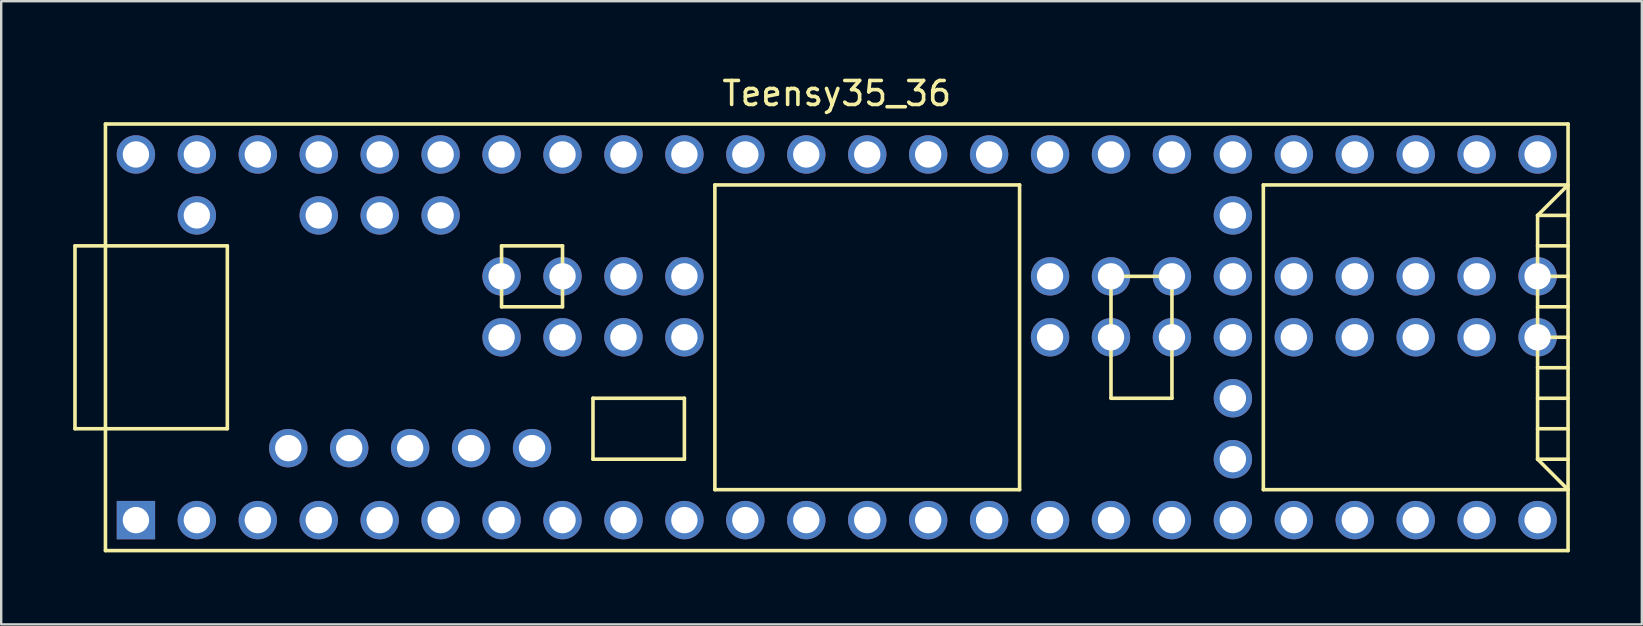
<source format=kicad_pcb>
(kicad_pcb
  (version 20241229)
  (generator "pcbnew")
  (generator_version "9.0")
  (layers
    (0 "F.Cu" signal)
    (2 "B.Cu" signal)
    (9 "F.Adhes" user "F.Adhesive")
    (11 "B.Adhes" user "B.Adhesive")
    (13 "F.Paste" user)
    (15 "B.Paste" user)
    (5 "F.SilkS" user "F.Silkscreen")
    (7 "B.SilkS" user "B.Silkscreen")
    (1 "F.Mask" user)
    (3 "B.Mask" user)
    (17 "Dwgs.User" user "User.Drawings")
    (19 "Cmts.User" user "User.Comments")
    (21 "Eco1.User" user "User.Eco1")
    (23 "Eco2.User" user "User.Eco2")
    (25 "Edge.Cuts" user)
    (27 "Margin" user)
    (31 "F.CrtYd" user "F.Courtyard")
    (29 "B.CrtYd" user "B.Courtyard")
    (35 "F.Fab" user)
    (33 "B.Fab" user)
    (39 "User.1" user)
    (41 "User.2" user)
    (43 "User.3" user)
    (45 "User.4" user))
  (footprint "Teensy35_36"
    (layer "F.Cu")
    (at 31.825 11.008)
    (property "Reference" "Teensy35_36" (at 0 -10.16 0) (layer "F.SilkS") (effects (font (size 1 1) (thickness 0.15))))
    (attr through_hole)
    (fp_line (start -31.75 -3.81) (end -30.48 -3.81) (stroke (width 0.15) (type solid)) (layer "F.SilkS"))
    (fp_line (start -31.75 3.81) (end -31.75 -3.81) (stroke (width 0.15) (type solid)) (layer "F.SilkS"))
    (fp_line (start -30.48 3.81) (end -31.75 3.81) (stroke (width 0.15) (type solid)) (layer "F.SilkS"))
    (fp_line (start -30.48 8.89) (end -30.48 -8.89) (stroke (width 0.15) (type solid)) (layer "F.SilkS"))
    (fp_line (start -30.48 8.89) (end 30.48 8.89) (stroke (width 0.15) (type solid)) (layer "F.SilkS"))
    (fp_line (start -25.4 -3.81) (end -30.48 -3.81) (stroke (width 0.15) (type solid)) (layer "F.SilkS"))
    (fp_line (start -25.4 3.81) (end -30.48 3.81) (stroke (width 0.15) (type solid)) (layer "F.SilkS"))
    (fp_line (start -25.4 3.81) (end -25.4 -3.81) (stroke (width 0.15) (type solid)) (layer "F.SilkS"))
    (fp_line (start -13.97 -3.81) (end -13.97 -1.27) (stroke (width 0.15) (type solid)) (layer "F.SilkS"))
    (fp_line (start -13.97 -1.27) (end -11.43 -1.27) (stroke (width 0.15) (type solid)) (layer "F.SilkS"))
    (fp_line (start -11.43 -3.81) (end -13.97 -3.81) (stroke (width 0.15) (type solid)) (layer "F.SilkS"))
    (fp_line (start -11.43 -1.27) (end -11.43 -3.81) (stroke (width 0.15) (type solid)) (layer "F.SilkS"))
    (fp_line (start -10.16 2.54) (end -6.35 2.54) (stroke (width 0.15) (type solid)) (layer "F.SilkS"))
    (fp_line (start -10.16 5.08) (end -10.16 2.54) (stroke (width 0.15) (type solid)) (layer "F.SilkS"))
    (fp_line (start -6.35 2.54) (end -6.35 5.08) (stroke (width 0.15) (type solid)) (layer "F.SilkS"))
    (fp_line (start -6.35 5.08) (end -10.16 5.08) (stroke (width 0.15) (type solid)) (layer "F.SilkS"))
    (fp_line (start -5.08 -6.35) (end -5.08 6.35) (stroke (width 0.15) (type solid)) (layer "F.SilkS"))
    (fp_line (start -5.08 -6.35) (end 7.62 -6.35) (stroke (width 0.15) (type solid)) (layer "F.SilkS"))
    (fp_line (start -5.08 6.35) (end 7.62 6.35) (stroke (width 0.15) (type solid)) (layer "F.SilkS"))
    (fp_line (start 7.62 6.35) (end 7.62 -6.35) (stroke (width 0.15) (type solid)) (layer "F.SilkS"))
    (fp_line (start 11.43 -2.54) (end 13.97 -2.54) (stroke (width 0.15) (type solid)) (layer "F.SilkS"))
    (fp_line (start 11.43 2.54) (end 11.43 -2.54) (stroke (width 0.15) (type solid)) (layer "F.SilkS"))
    (fp_line (start 13.97 -2.54) (end 13.97 2.54) (stroke (width 0.15) (type solid)) (layer "F.SilkS"))
    (fp_line (start 13.97 2.54) (end 11.43 2.54) (stroke (width 0.15) (type solid)) (layer "F.SilkS"))
    (fp_line (start 17.78 -6.35) (end 17.78 6.35) (stroke (width 0.15) (type solid)) (layer "F.SilkS"))
    (fp_line (start 17.78 6.35) (end 30.48 6.35) (stroke (width 0.15) (type solid)) (layer "F.SilkS"))
    (fp_line (start 29.21 -5.08) (end 30.48 -6.35) (stroke (width 0.15) (type solid)) (layer "F.SilkS"))
    (fp_line (start 29.21 -5.08) (end 30.48 -5.08) (stroke (width 0.15) (type solid)) (layer "F.SilkS"))
    (fp_line (start 29.21 -3.81) (end 30.48 -3.81) (stroke (width 0.15) (type solid)) (layer "F.SilkS"))
    (fp_line (start 29.21 -2.54) (end 30.48 -2.54) (stroke (width 0.15) (type solid)) (layer "F.SilkS"))
    (fp_line (start 29.21 -1.27) (end 30.48 -1.27) (stroke (width 0.15) (type solid)) (layer "F.SilkS"))
    (fp_line (start 29.21 0) (end 30.48 0) (stroke (width 0.15) (type solid)) (layer "F.SilkS"))
    (fp_line (start 29.21 1.27) (end 30.48 1.27) (stroke (width 0.15) (type solid)) (layer "F.SilkS"))
    (fp_line (start 29.21 2.54) (end 30.48 2.54) (stroke (width 0.15) (type solid)) (layer "F.SilkS"))
    (fp_line (start 29.21 3.81) (end 30.48 3.81) (stroke (width 0.15) (type solid)) (layer "F.SilkS"))
    (fp_line (start 29.21 5.08) (end 29.21 -5.08) (stroke (width 0.15) (type solid)) (layer "F.SilkS"))
    (fp_line (start 29.21 5.08) (end 30.48 5.08) (stroke (width 0.15) (type solid)) (layer "F.SilkS"))
    (fp_line (start 30.48 -8.89) (end -30.48 -8.89) (stroke (width 0.15) (type solid)) (layer "F.SilkS"))
    (fp_line (start 30.48 -8.89) (end 30.48 8.89) (stroke (width 0.15) (type solid)) (layer "F.SilkS"))
    (fp_line (start 30.48 -6.35) (end 17.78 -6.35) (stroke (width 0.15) (type solid)) (layer "F.SilkS"))
    (fp_line (start 30.48 6.35) (end 29.21 5.08) (stroke (width 0.15) (type solid)) (layer "F.SilkS"))
    (pad "1" thru_hole rect (at -29.21 7.62) (size 1.6 1.6) (drill 1.1) (layers "*.Cu" "*.Mask"))
    (pad "2" thru_hole circle (at -26.67 7.62) (size 1.6 1.6) (drill 1.1) (layers "*.Cu" "*.Mask"))
    (pad "3" thru_hole circle (at -24.13 7.62) (size 1.6 1.6) (drill 1.1) (layers "*.Cu" "*.Mask"))
    (pad "4" thru_hole circle (at -21.59 7.62) (size 1.6 1.6) (drill 1.1) (layers "*.Cu" "*.Mask"))
    (pad "5" thru_hole circle (at -19.05 7.62) (size 1.6 1.6) (drill 1.1) (layers "*.Cu" "*.Mask"))
    (pad "6" thru_hole circle (at -16.51 7.62) (size 1.6 1.6) (drill 1.1) (layers "*.Cu" "*.Mask"))
    (pad "7" thru_hole circle (at -13.97 7.62) (size 1.6 1.6) (drill 1.1) (layers "*.Cu" "*.Mask"))
    (pad "8" thru_hole circle (at -11.43 7.62) (size 1.6 1.6) (drill 1.1) (layers "*.Cu" "*.Mask"))
    (pad "9" thru_hole circle (at -8.89 7.62) (size 1.6 1.6) (drill 1.1) (layers "*.Cu" "*.Mask"))
    (pad "10" thru_hole circle (at -6.35 7.62) (size 1.6 1.6) (drill 1.1) (layers "*.Cu" "*.Mask"))
    (pad "11" thru_hole circle (at -3.81 7.62) (size 1.6 1.6) (drill 1.1) (layers "*.Cu" "*.Mask"))
    (pad "12" thru_hole circle (at -1.27 7.62) (size 1.6 1.6) (drill 1.1) (layers "*.Cu" "*.Mask"))
    (pad "13" thru_hole circle (at 1.27 7.62) (size 1.6 1.6) (drill 1.1) (layers "*.Cu" "*.Mask"))
    (pad "14" thru_hole circle (at 3.81 7.62) (size 1.6 1.6) (drill 1.1) (layers "*.Cu" "*.Mask"))
    (pad "15" thru_hole circle (at 6.35 7.62) (size 1.6 1.6) (drill 1.1) (layers "*.Cu" "*.Mask"))
    (pad "16" thru_hole circle (at 8.89 7.62) (size 1.6 1.6) (drill 1.1) (layers "*.Cu" "*.Mask"))
    (pad "17" thru_hole circle (at 11.43 7.62) (size 1.6 1.6) (drill 1.1) (layers "*.Cu" "*.Mask"))
    (pad "18" thru_hole circle (at 13.97 7.62) (size 1.6 1.6) (drill 1.1) (layers "*.Cu" "*.Mask"))
    (pad "19" thru_hole circle (at 16.51 7.62) (size 1.6 1.6) (drill 1.1) (layers "*.Cu" "*.Mask"))
    (pad "20" thru_hole circle (at 19.05 7.62) (size 1.6 1.6) (drill 1.1) (layers "*.Cu" "*.Mask"))
    (pad "21" thru_hole circle (at 21.59 7.62) (size 1.6 1.6) (drill 1.1) (layers "*.Cu" "*.Mask"))
    (pad "22" thru_hole circle (at 24.13 7.62) (size 1.6 1.6) (drill 1.1) (layers "*.Cu" "*.Mask"))
    (pad "23" thru_hole circle (at 26.67 7.62) (size 1.6 1.6) (drill 1.1) (layers "*.Cu" "*.Mask"))
    (pad "24" thru_hole circle (at 29.21 7.62) (size 1.6 1.6) (drill 1.1) (layers "*.Cu" "*.Mask"))
    (pad "25" thru_hole circle (at 16.51 5.08) (size 1.6 1.6) (drill 1.1) (layers "*.Cu" "*.Mask"))
    (pad "26" thru_hole circle (at 16.51 2.54) (size 1.6 1.6) (drill 1.1) (layers "*.Cu" "*.Mask"))
    (pad "27" thru_hole circle (at 16.51 0) (size 1.6 1.6) (drill 1.1) (layers "*.Cu" "*.Mask"))
    (pad "28" thru_hole circle (at 16.51 -2.54) (size 1.6 1.6) (drill 1.1) (layers "*.Cu" "*.Mask"))
    (pad "29" thru_hole circle (at 16.51 -5.08) (size 1.6 1.6) (drill 1.1) (layers "*.Cu" "*.Mask"))
    (pad "30" thru_hole circle (at 29.21 -7.62) (size 1.6 1.6) (drill 1.1) (layers "*.Cu" "*.Mask"))
    (pad "31" thru_hole circle (at 26.67 -7.62) (size 1.6 1.6) (drill 1.1) (layers "*.Cu" "*.Mask"))
    (pad "32" thru_hole circle (at 24.13 -7.62) (size 1.6 1.6) (drill 1.1) (layers "*.Cu" "*.Mask"))
    (pad "33" thru_hole circle (at 21.59 -7.62) (size 1.6 1.6) (drill 1.1) (layers "*.Cu" "*.Mask"))
    (pad "34" thru_hole circle (at 19.05 -7.62) (size 1.6 1.6) (drill 1.1) (layers "*.Cu" "*.Mask"))
    (pad "35" thru_hole circle (at 16.51 -7.62) (size 1.6 1.6) (drill 1.1) (layers "*.Cu" "*.Mask"))
    (pad "36" thru_hole circle (at 13.97 -7.62) (size 1.6 1.6) (drill 1.1) (layers "*.Cu" "*.Mask"))
    (pad "37" thru_hole circle (at 11.43 -7.62) (size 1.6 1.6) (drill 1.1) (layers "*.Cu" "*.Mask"))
    (pad "38" thru_hole circle (at 8.89 -7.62) (size 1.6 1.6) (drill 1.1) (layers "*.Cu" "*.Mask"))
    (pad "39" thru_hole circle (at 6.35 -7.62) (size 1.6 1.6) (drill 1.1) (layers "*.Cu" "*.Mask"))
    (pad "40" thru_hole circle (at 3.81 -7.62) (size 1.6 1.6) (drill 1.1) (layers "*.Cu" "*.Mask"))
    (pad "41" thru_hole circle (at 1.27 -7.62) (size 1.6 1.6) (drill 1.1) (layers "*.Cu" "*.Mask"))
    (pad "42" thru_hole circle (at -1.27 -7.62) (size 1.6 1.6) (drill 1.1) (layers "*.Cu" "*.Mask"))
    (pad "43" thru_hole circle (at -3.81 -7.62) (size 1.6 1.6) (drill 1.1) (layers "*.Cu" "*.Mask"))
    (pad "44" thru_hole circle (at -6.35 -7.62) (size 1.6 1.6) (drill 1.1) (layers "*.Cu" "*.Mask"))
    (pad "45" thru_hole circle (at -8.89 -7.62) (size 1.6 1.6) (drill 1.1) (layers "*.Cu" "*.Mask"))
    (pad "46" thru_hole circle (at -11.43 -7.62) (size 1.6 1.6) (drill 1.1) (layers "*.Cu" "*.Mask"))
    (pad "47" thru_hole circle (at -13.97 -7.62) (size 1.6 1.6) (drill 1.1) (layers "*.Cu" "*.Mask"))
    (pad "48" thru_hole circle (at -16.51 -7.62) (size 1.6 1.6) (drill 1.1) (layers "*.Cu" "*.Mask"))
    (pad "49" thru_hole circle (at -19.05 -7.62) (size 1.6 1.6) (drill 1.1) (layers "*.Cu" "*.Mask"))
    (pad "50" thru_hole circle (at -21.59 -7.62) (size 1.6 1.6) (drill 1.1) (layers "*.Cu" "*.Mask"))
    (pad "51" thru_hole circle (at -24.13 -7.62) (size 1.6 1.6) (drill 1.1) (layers "*.Cu" "*.Mask"))
    (pad "52" thru_hole circle (at -26.67 -7.62) (size 1.6 1.6) (drill 1.1) (layers "*.Cu" "*.Mask"))
    (pad "53" thru_hole circle (at -29.21 -7.62) (size 1.6 1.6) (drill 1.1) (layers "*.Cu" "*.Mask"))
    (pad "54" thru_hole circle (at -26.67 -5.08) (size 1.6 1.6) (drill 1.1) (layers "*.Cu" "*.Mask"))
    (pad "55" thru_hole circle (at -21.59 -5.08) (size 1.6 1.6) (drill 1.1) (layers "*.Cu" "*.Mask"))
    (pad "56" thru_hole circle (at -19.05 -5.08) (size 1.6 1.6) (drill 1.1) (layers "*.Cu" "*.Mask"))
    (pad "57" thru_hole circle (at -16.51 -5.08) (size 1.6 1.6) (drill 1.1) (layers "*.Cu" "*.Mask"))
    (pad "58" thru_hole circle (at -22.86 4.62) (size 1.6 1.6) (drill 1.1) (layers "*.Cu" "*.Mask"))
    (pad "59" thru_hole circle (at -20.32 4.62) (size 1.6 1.6) (drill 1.1) (layers "*.Cu" "*.Mask"))
    (pad "60" thru_hole circle (at -17.78 4.62) (size 1.6 1.6) (drill 1.1) (layers "*.Cu" "*.Mask"))
    (pad "61" thru_hole circle (at -15.24 4.62) (size 1.6 1.6) (drill 1.1) (layers "*.Cu" "*.Mask"))
    (pad "62" thru_hole circle (at -12.7 4.62) (size 1.6 1.6) (drill 1.1) (layers "*.Cu" "*.Mask"))
    (pad "63" thru_hole circle (at -13.97 0) (size 1.6 1.6) (drill 1.1) (layers "*.Cu" "*.Mask"))
    (pad "64" thru_hole circle (at -11.43 0) (size 1.6 1.6) (drill 1.1) (layers "*.Cu" "*.Mask"))
    (pad "65" thru_hole circle (at -8.89 0) (size 1.6 1.6) (drill 1.1) (layers "*.Cu" "*.Mask"))
    (pad "66" thru_hole circle (at -6.35 0) (size 1.6 1.6) (drill 1.1) (layers "*.Cu" "*.Mask"))
    (pad "67" thru_hole circle (at 8.89 0) (size 1.6 1.6) (drill 1.1) (layers "*.Cu" "*.Mask"))
    (pad "68" thru_hole circle (at 11.43 0) (size 1.6 1.6) (drill 1.1) (layers "*.Cu" "*.Mask"))
    (pad "69" thru_hole circle (at 13.97 0) (size 1.6 1.6) (drill 1.1) (layers "*.Cu" "*.Mask"))
    (pad "70" thru_hole circle (at 19.05 0) (size 1.6 1.6) (drill 1.1) (layers "*.Cu" "*.Mask"))
    (pad "71" thru_hole circle (at 21.59 0) (size 1.6 1.6) (drill 1.1) (layers "*.Cu" "*.Mask"))
    (pad "72" thru_hole circle (at 24.13 0) (size 1.6 1.6) (drill 1.1) (layers "*.Cu" "*.Mask"))
    (pad "73" thru_hole circle (at 26.67 0) (size 1.6 1.6) (drill 1.1) (layers "*.Cu" "*.Mask"))
    (pad "74" thru_hole circle (at 29.21 0) (size 1.6 1.6) (drill 1.1) (layers "*.Cu" "*.Mask"))
    (pad "75" thru_hole circle (at 29.21 -2.54) (size 1.6 1.6) (drill 1.1) (layers "*.Cu" "*.Mask"))
    (pad "76" thru_hole circle (at 26.67 -2.54) (size 1.6 1.6) (drill 1.1) (layers "*.Cu" "*.Mask"))
    (pad "77" thru_hole circle (at 24.13 -2.54) (size 1.6 1.6) (drill 1.1) (layers "*.Cu" "*.Mask"))
    (pad "78" thru_hole circle (at 21.59 -2.54) (size 1.6 1.6) (drill 1.1) (layers "*.Cu" "*.Mask"))
    (pad "79" thru_hole circle (at 19.05 -2.54) (size 1.6 1.6) (drill 1.1) (layers "*.Cu" "*.Mask"))
    (pad "80" thru_hole circle (at 13.97 -2.54) (size 1.6 1.6) (drill 1.1) (layers "*.Cu" "*.Mask"))
    (pad "81" thru_hole circle (at 11.43 -2.54) (size 1.6 1.6) (drill 1.1) (layers "*.Cu" "*.Mask"))
    (pad "82" thru_hole circle (at 8.89 -2.54) (size 1.6 1.6) (drill 1.1) (layers "*.Cu" "*.Mask"))
    (pad "83" thru_hole circle (at -6.35 -2.54) (size 1.6 1.6) (drill 1.1) (layers "*.Cu" "*.Mask"))
    (pad "84" thru_hole circle (at -8.89 -2.54) (size 1.6 1.6) (drill 1.1) (layers "*.Cu" "*.Mask"))
    (pad "85" thru_hole circle (at -11.43 -2.54) (size 1.6 1.6) (drill 1.1) (layers "*.Cu" "*.Mask"))
    (pad "86" thru_hole circle (at -13.97 -2.54) (size 1.6 1.6) (drill 1.1) (layers "*.Cu" "*.Mask")))
  (gr_rect
    (start -3 -3)
    (end 65.38 22.973)
    (stroke (width 0.1) (type default))
    (fill no)
    (layer "Edge.Cuts")))
</source>
